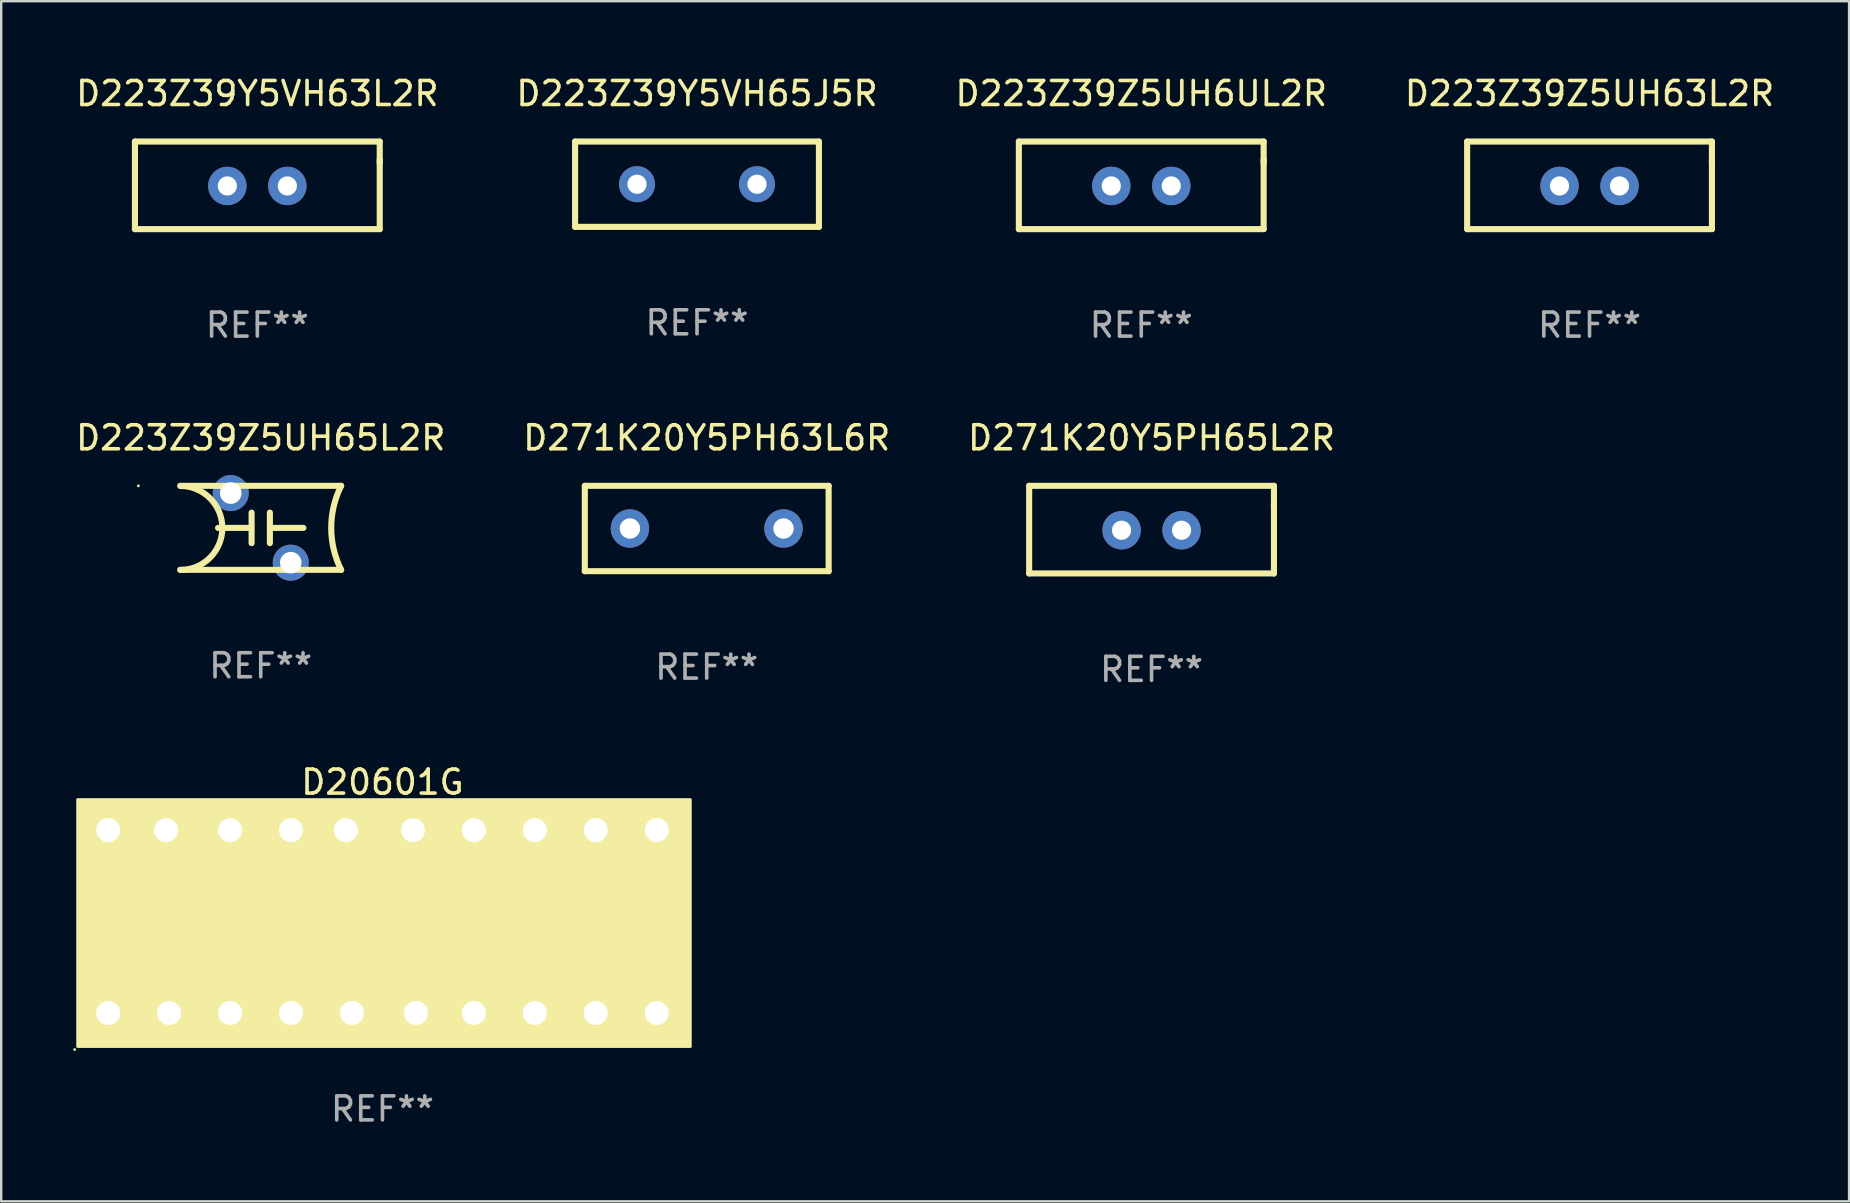
<source format=kicad_pcb>
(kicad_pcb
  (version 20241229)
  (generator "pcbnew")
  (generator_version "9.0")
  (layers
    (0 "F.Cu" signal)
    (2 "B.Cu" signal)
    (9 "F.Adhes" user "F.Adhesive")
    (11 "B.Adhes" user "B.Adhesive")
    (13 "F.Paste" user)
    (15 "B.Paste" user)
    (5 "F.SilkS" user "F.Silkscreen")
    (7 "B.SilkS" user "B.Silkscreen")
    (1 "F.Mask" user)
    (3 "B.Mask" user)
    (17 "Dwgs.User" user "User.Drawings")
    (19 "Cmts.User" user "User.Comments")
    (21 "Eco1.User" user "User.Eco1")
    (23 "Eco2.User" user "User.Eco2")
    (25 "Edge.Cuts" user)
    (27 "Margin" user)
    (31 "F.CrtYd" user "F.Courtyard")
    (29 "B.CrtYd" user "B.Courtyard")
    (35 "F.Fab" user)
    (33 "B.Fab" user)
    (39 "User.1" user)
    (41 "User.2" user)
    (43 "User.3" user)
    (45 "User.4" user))
  (footprint "D223Z39Z5UH6UL2R"
    (layer "F.Cu")
    (at 44.506 4.673)
    (property "Reference" "D223Z39Z5UH6UL2R" (at 0 -3.825 0) (layer "F.SilkS") (effects (font (size 1 1) (thickness 0.15))))
    (attr through_hole)
    (fp_line (start -5.1 -1.825) (end 5.1 -1.825) (stroke (width 0.254) (type solid)) (layer "F.SilkS"))
    (fp_line (start -5.1 1.825) (end -5.1 -1.825) (stroke (width 0.254) (type solid)) (layer "F.SilkS"))
    (fp_line (start 5.1 -1.825) (end 5.1 -0.925) (stroke (width 0.254) (type solid)) (layer "F.SilkS"))
    (fp_line (start 5.1 -1.075) (end 5.1 1.825) (stroke (width 0.254) (type solid)) (layer "F.SilkS"))
    (fp_line (start 5.1 1.825) (end -5.1 1.825) (stroke (width 0.254) (type solid)) (layer "F.SilkS"))
    (fp_circle (center -5 1.775) (end -4.97 1.775) (stroke (width 0.06) (type solid)) (fill no) (layer "F.SilkS"))
    (fp_text user "REF**" (at 0 5.825 0) (layer "F.Fab") (effects (font (size 1 1) (thickness 0.15))))
    (pad "1" thru_hole circle (at -1.25 0.025) (size 1.6 1.6) (drill 0.8) (layers "*.Cu" "*.Mask"))
    (pad "2" thru_hole circle (at 1.25 0.025) (size 1.6 1.6) (drill 0.8) (layers "*.Cu" "*.Mask")))
  (footprint "D271K20Y5PH65L2R"
    (layer "F.Cu")
    (at 44.935 19.02)
    (property "Reference" "D271K20Y5PH65L2R" (at 0 -3.825 0) (layer "F.SilkS") (effects (font (size 1 1) (thickness 0.15))))
    (attr through_hole)
    (fp_line (start -5.1 -1.825) (end 5.1 -1.825) (stroke (width 0.254) (type solid)) (layer "F.SilkS"))
    (fp_line (start -5.1 1.825) (end -5.1 -1.825) (stroke (width 0.254) (type solid)) (layer "F.SilkS"))
    (fp_line (start 5.1 -1.825) (end 5.1 -0.925) (stroke (width 0.254) (type solid)) (layer "F.SilkS"))
    (fp_line (start 5.1 -1.075) (end 5.1 1.825) (stroke (width 0.254) (type solid)) (layer "F.SilkS"))
    (fp_line (start 5.1 1.825) (end -5.1 1.825) (stroke (width 0.254) (type solid)) (layer "F.SilkS"))
    (fp_circle (center -5 1.775) (end -4.97 1.775) (stroke (width 0.06) (type solid)) (fill no) (layer "F.SilkS"))
    (fp_text user "REF**" (at 0 5.825 0) (layer "F.Fab") (effects (font (size 1 1) (thickness 0.15))))
    (pad "1" thru_hole circle (at -1.25 0.025) (size 1.6 1.6) (drill 0.8) (layers "*.Cu" "*.Mask"))
    (pad "2" thru_hole circle (at 1.25 0.025) (size 1.6 1.6) (drill 0.8) (layers "*.Cu" "*.Mask")))
  (footprint "D223Z39Z5UH65L2R"
    (layer "F.Cu")
    (at 7.815 18.945)
    (property "Reference" "D223Z39Z5UH65L2R" (at 0 -3.75 0) (layer "F.SilkS") (effects (font (size 1 1) (thickness 0.15))))
    (attr through_hole)
    (fp_line (start -0.508 0.002) (end -1.778 0.002) (stroke (width 0.254) (type solid)) (layer "F.SilkS"))
    (fp_line (start -0.381 0.637) (end -0.381 -0.633) (stroke (width 0.254) (type solid)) (layer "F.SilkS"))
    (fp_line (start 0.381 -0.633) (end 0.381 0.637) (stroke (width 0.254) (type solid)) (layer "F.SilkS"))
    (fp_line (start 0.508 0.002) (end 1.778 0.002) (stroke (width 0.254) (type solid)) (layer "F.SilkS"))
    (fp_line (start 3.35 -1.75) (end -3.35 -1.75) (stroke (width 0.254) (type solid)) (layer "F.SilkS"))
    (fp_line (start 3.35 1.75) (end -3.35 1.75) (stroke (width 0.254) (type solid)) (layer "F.SilkS"))
    (fp_arc (start -3.350013 -1.74539) (mid -1.6 0.004623) (end -3.350013 1.754636) (stroke (width 0.254001) (type solid)) (layer "F.SilkS"))
    (fp_arc (start 3.350013 1.750012) (mid 2.936891 0) (end 3.350013 -1.750013) (stroke (width 0.254001) (type solid)) (layer "F.SilkS"))
    (fp_circle (center -5.1 -1.75) (end -5.07 -1.75) (stroke (width 0.06) (type solid)) (fill no) (layer "F.SilkS"))
    (fp_text user "REF**" (at 0 5.75 0) (layer "F.Fab") (effects (font (size 1 1) (thickness 0.15))))
    (pad "1" thru_hole circle (at -1.25 -1.448) (size 1.5 1.5) (drill 0.9) (layers "*.Cu" "*.Mask"))
    (pad "2" thru_hole circle (at 1.25 1.452) (size 1.5 1.5) (drill 0.9) (layers "*.Cu" "*.Mask")))
  (footprint "D223Z39Y5VH63L2R"
    (layer "F.Cu")
    (at 7.673 4.673)
    (property "Reference" "D223Z39Y5VH63L2R" (at 0 -3.825 0) (layer "F.SilkS") (effects (font (size 1 1) (thickness 0.15))))
    (attr through_hole)
    (fp_line (start -5.1 -1.825) (end 5.1 -1.825) (stroke (width 0.254) (type solid)) (layer "F.SilkS"))
    (fp_line (start -5.1 1.825) (end -5.1 -1.825) (stroke (width 0.254) (type solid)) (layer "F.SilkS"))
    (fp_line (start 5.1 -1.825) (end 5.1 -0.925) (stroke (width 0.254) (type solid)) (layer "F.SilkS"))
    (fp_line (start 5.1 -1.075) (end 5.1 1.825) (stroke (width 0.254) (type solid)) (layer "F.SilkS"))
    (fp_line (start 5.1 1.825) (end -5.1 1.825) (stroke (width 0.254) (type solid)) (layer "F.SilkS"))
    (fp_circle (center -5 1.775) (end -4.97 1.775) (stroke (width 0.06) (type solid)) (fill no) (layer "F.SilkS"))
    (fp_text user "REF**" (at 0 5.825 0) (layer "F.Fab") (effects (font (size 1 1) (thickness 0.15))))
    (pad "1" thru_hole circle (at -1.25 0.025) (size 1.6 1.6) (drill 0.8) (layers "*.Cu" "*.Mask"))
    (pad "2" thru_hole circle (at 1.25 0.025) (size 1.6 1.6) (drill 0.8) (layers "*.Cu" "*.Mask")))
  (footprint "D20601G"
    (layer "F.Cu")
    (at 12.887 35.351)
    (property "Reference" "D20601G" (at 0 -5.81 0) (layer "F.SilkS") (effects (font (size 1 1) (thickness 0.15))))
    (attr through_hole)
    (fp_circle (center -12.827 5.334) (end -12.797 5.334) (stroke (width 0.06) (type solid)) (fill no) (layer "F.SilkS"))
    (fp_circle (center -11.557 1.778) (end -11.176 1.778) (stroke (width 0.254) (type solid)) (fill no) (layer "F.SilkS"))
    (fp_poly (pts (xy -12.7 -5.08) (xy 12.827 -5.08) (xy 12.827 5.207) (xy -12.7 5.207)) (stroke (width 0.12) (type solid)) (fill yes) (layer "F.SilkS"))
    (fp_text user "REF**" (at 0 7.81 0) (layer "F.Fab") (effects (font (size 1 1) (thickness 0.15))))
    (pad "1" thru_hole rect (at -11.43 3.81) (size 1.524 1.524) (drill 1) (layers "*.Cu" "*.Mask"))
    (pad "2" thru_hole circle (at -8.89 3.81) (size 1.524 1.524) (drill 1) (layers "*.Cu" "*.Mask"))
    (pad "3" thru_hole circle (at -6.35 3.81) (size 1.524 1.524) (drill 1) (layers "*.Cu" "*.Mask"))
    (pad "4" thru_hole circle (at -3.81 3.81) (size 1.524 1.524) (drill 1) (layers "*.Cu" "*.Mask"))
    (pad "5" thru_hole circle (at -1.27 3.81) (size 1.524 1.524) (drill 1) (layers "*.Cu" "*.Mask"))
    (pad "6" thru_hole circle (at 1.397 3.81) (size 1.524 1.524) (drill 1) (layers "*.Cu" "*.Mask"))
    (pad "7" thru_hole circle (at 3.81 3.81) (size 1.524 1.524) (drill 1) (layers "*.Cu" "*.Mask"))
    (pad "8" thru_hole circle (at 6.35 3.81) (size 1.524 1.524) (drill 1) (layers "*.Cu" "*.Mask"))
    (pad "9" thru_hole circle (at 8.89 3.81) (size 1.524 1.524) (drill 1) (layers "*.Cu" "*.Mask"))
    (pad "10" thru_hole circle (at 11.43 3.81) (size 1.524 1.524) (drill 1) (layers "*.Cu" "*.Mask"))
    (pad "11" thru_hole circle (at 11.43 -3.81) (size 1.524 1.524) (drill 1) (layers "*.Cu" "*.Mask"))
    (pad "12" thru_hole circle (at 8.89 -3.81) (size 1.524 1.524) (drill 1) (layers "*.Cu" "*.Mask"))
    (pad "13" thru_hole circle (at 6.35 -3.81) (size 1.524 1.524) (drill 1) (layers "*.Cu" "*.Mask"))
    (pad "14" thru_hole circle (at 3.81 -3.81) (size 1.524 1.524) (drill 1) (layers "*.Cu" "*.Mask"))
    (pad "15" thru_hole circle (at 1.27 -3.81) (size 1.524 1.524) (drill 1) (layers "*.Cu" "*.Mask"))
    (pad "16" thru_hole circle (at -1.524 -3.81) (size 1.524 1.524) (drill 1) (layers "*.Cu" "*.Mask"))
    (pad "17" thru_hole circle (at -3.81 -3.81) (size 1.524 1.524) (drill 1) (layers "*.Cu" "*.Mask"))
    (pad "18" thru_hole circle (at -6.35 -3.81) (size 1.524 1.524) (drill 1) (layers "*.Cu" "*.Mask"))
    (pad "19" thru_hole circle (at -9.017 -3.81) (size 1.524 1.524) (drill 1) (layers "*.Cu" "*.Mask"))
    (pad "20" thru_hole circle (at -11.43 -3.81) (size 1.524 1.524) (drill 1) (layers "*.Cu" "*.Mask")))
  (footprint "D271K20Y5PH63L6R"
    (layer "F.Cu")
    (at 26.399 18.973)
    (property "Reference" "D271K20Y5PH63L6R" (at 0 -3.778 0) (layer "F.SilkS") (effects (font (size 1 1) (thickness 0.15))))
    (attr through_hole)
    (fp_line (start -5.08 -1.778) (end 5.08 -1.778) (stroke (width 0.254) (type solid)) (layer "F.SilkS"))
    (fp_line (start -5.08 1.778) (end -5.08 -1.778) (stroke (width 0.254) (type solid)) (layer "F.SilkS"))
    (fp_line (start 5.08 -1.778) (end 5.08 1.778) (stroke (width 0.254) (type solid)) (layer "F.SilkS"))
    (fp_line (start 5.08 1.778) (end -5.08 1.778) (stroke (width 0.254) (type solid)) (layer "F.SilkS"))
    (fp_circle (center -5 1.75) (end -4.97 1.75) (stroke (width 0.06) (type solid)) (fill no) (layer "F.SilkS"))
    (fp_text user "REF**" (at 0 5.778 0) (layer "F.Fab") (effects (font (size 1 1) (thickness 0.15))))
    (pad "1" thru_hole circle (at -3.2 0) (size 1.6 1.6) (drill 0.85) (layers "*.Cu" "*.Mask"))
    (pad "2" thru_hole circle (at 3.2 0) (size 1.6 1.6) (drill 0.85) (layers "*.Cu" "*.Mask")))
  (footprint "D223Z39Z5UH63L2R"
    (layer "F.Cu")
    (at 63.185 4.673)
    (property "Reference" "D223Z39Z5UH63L2R" (at 0 -3.825 0) (layer "F.SilkS") (effects (font (size 1 1) (thickness 0.15))))
    (attr through_hole)
    (fp_line (start -5.1 -1.825) (end 5.1 -1.825) (stroke (width 0.254) (type solid)) (layer "F.SilkS"))
    (fp_line (start -5.1 1.825) (end -5.1 -1.825) (stroke (width 0.254) (type solid)) (layer "F.SilkS"))
    (fp_line (start 5.1 -1.825) (end 5.1 -0.925) (stroke (width 0.254) (type solid)) (layer "F.SilkS"))
    (fp_line (start 5.1 -1.075) (end 5.1 1.825) (stroke (width 0.254) (type solid)) (layer "F.SilkS"))
    (fp_line (start 5.1 1.825) (end -5.1 1.825) (stroke (width 0.254) (type solid)) (layer "F.SilkS"))
    (fp_circle (center -5 1.775) (end -4.97 1.775) (stroke (width 0.06) (type solid)) (fill no) (layer "F.SilkS"))
    (fp_text user "REF**" (at 0 5.825 0) (layer "F.Fab") (effects (font (size 1 1) (thickness 0.15))))
    (pad "1" thru_hole circle (at -1.25 0.025) (size 1.6 1.6) (drill 0.8) (layers "*.Cu" "*.Mask"))
    (pad "2" thru_hole circle (at 1.25 0.025) (size 1.6 1.6) (drill 0.8) (layers "*.Cu" "*.Mask")))
  (footprint "D223Z39Y5VH65J5R"
    (layer "F.Cu")
    (at 25.994 4.626)
    (property "Reference" "D223Z39Y5VH65J5R" (at 0 -3.778 0) (layer "F.SilkS") (effects (font (size 1 1) (thickness 0.15))))
    (attr through_hole)
    (fp_line (start -5.08 -1.778) (end 5.08 -1.778) (stroke (width 0.254) (type solid)) (layer "F.SilkS"))
    (fp_line (start -5.08 1.778) (end -5.08 -1.778) (stroke (width 0.254) (type solid)) (layer "F.SilkS"))
    (fp_line (start 5.08 -1.778) (end 5.08 1.778) (stroke (width 0.254) (type solid)) (layer "F.SilkS"))
    (fp_line (start 5.08 1.778) (end -5.08 1.778) (stroke (width 0.254) (type solid)) (layer "F.SilkS"))
    (fp_circle (center -5 1.75) (end -4.97 1.75) (stroke (width 0.06) (type solid)) (fill no) (layer "F.SilkS"))
    (fp_text user "REF**" (at 0 5.778 0) (layer "F.Fab") (effects (font (size 1 1) (thickness 0.15))))
    (pad "1" thru_hole circle (at -2.5 0) (size 1.5 1.5) (drill 0.8) (layers "*.Cu" "*.Mask"))
    (pad "2" thru_hole circle (at 2.5 0) (size 1.5 1.5) (drill 0.8) (layers "*.Cu" "*.Mask")))
  (gr_rect
    (start -3 -3)
    (end 74 47.009)
    (stroke (width 0.1) (type default))
    (fill no)
    (layer "Edge.Cuts")))
</source>
